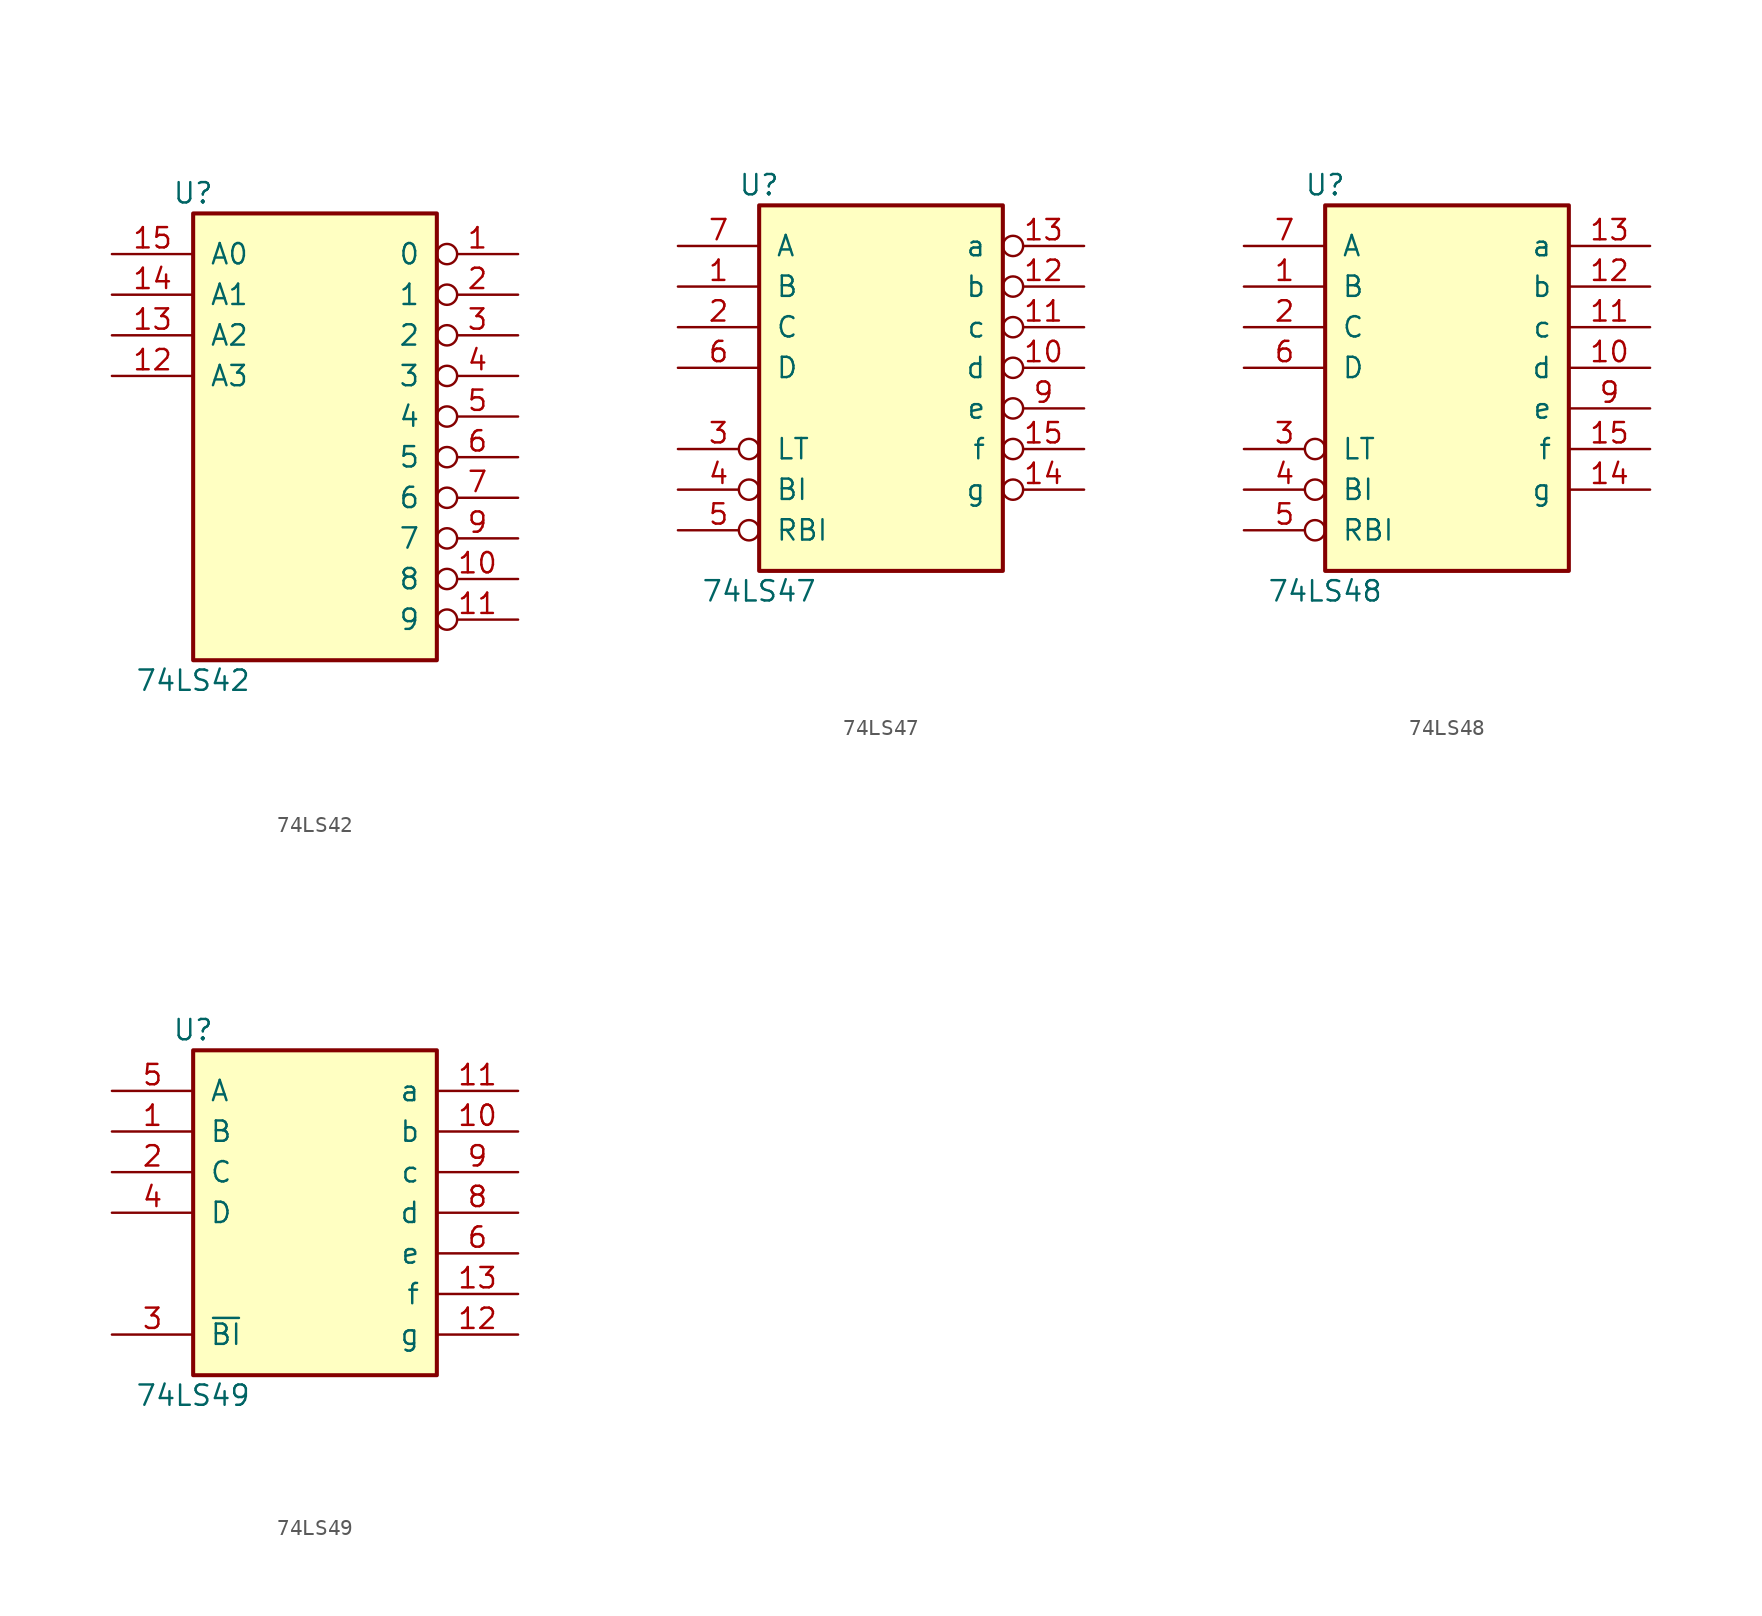
<source format=kicad_sym>
(kicad_symbol_lib
  (version 20211014)
  (generator kicad_symbol_editor)
  (symbol "74LS42"
    (pin_names
      (offset 1.016))
    (property "Reference" "U"
      (at -7.62 13.97 0)
      (effects (font (size 1.27 1.27))))
    (property "Value" "74LS42"
      (at -7.62 -16.51 0)
      (effects (font (size 1.27 1.27))))
    (property "ki_locked" ""
      (at 0 0 0)
      (effects (font (size 1.27 1.27))))
    (symbol "74LS42_1_0"
      (pin output inverted (at 12.7 10.16 180) (length 5.08) (name "0" (effects (font (size 1.27 1.27)))) (number "1" (effects (font (size 1.27 1.27)))))
      (pin output inverted (at 12.7 -10.16 180) (length 5.08) (name "8" (effects (font (size 1.27 1.27)))) (number "10" (effects (font (size 1.27 1.27)))))
      (pin output inverted (at 12.7 -12.7 180) (length 5.08) (name "9" (effects (font (size 1.27 1.27)))) (number "11" (effects (font (size 1.27 1.27)))))
      (pin input line (at -12.7 2.54 0) (length 5.08) (name "A3" (effects (font (size 1.27 1.27)))) (number "12" (effects (font (size 1.27 1.27)))))
      (pin input line (at -12.7 5.08 0) (length 5.08) (name "A2" (effects (font (size 1.27 1.27)))) (number "13" (effects (font (size 1.27 1.27)))))
      (pin input line (at -12.7 7.62 0) (length 5.08) (name "A1" (effects (font (size 1.27 1.27)))) (number "14" (effects (font (size 1.27 1.27)))))
      (pin input line (at -12.7 10.16 0) (length 5.08) (name "A0" (effects (font (size 1.27 1.27)))) (number "15" (effects (font (size 1.27 1.27)))))
      (pin input line (at 0 17.78 270) (length 5.08) hide (name "VCC" (effects (font (size 1.27 1.27)))) (number "16" (effects (font (size 1.27 1.27)))))
      (pin output inverted (at 12.7 7.62 180) (length 5.08) (name "1" (effects (font (size 1.27 1.27)))) (number "2" (effects (font (size 1.27 1.27)))))
      (pin output inverted (at 12.7 5.08 180) (length 5.08) (name "2" (effects (font (size 1.27 1.27)))) (number "3" (effects (font (size 1.27 1.27)))))
      (pin output inverted (at 12.7 2.54 180) (length 5.08) (name "3" (effects (font (size 1.27 1.27)))) (number "4" (effects (font (size 1.27 1.27)))))
      (pin output inverted (at 12.7 0 180) (length 5.08) (name "4" (effects (font (size 1.27 1.27)))) (number "5" (effects (font (size 1.27 1.27)))))
      (pin output inverted (at 12.7 -2.54 180) (length 5.08) (name "5" (effects (font (size 1.27 1.27)))) (number "6" (effects (font (size 1.27 1.27)))))
      (pin output inverted (at 12.7 -5.08 180) (length 5.08) (name "6" (effects (font (size 1.27 1.27)))) (number "7" (effects (font (size 1.27 1.27)))))
      (pin input line (at 0 -20.32 90) (length 5.08) hide (name "GND" (effects (font (size 1.27 1.27)))) (number "8" (effects (font (size 1.27 1.27)))))
      (pin output inverted (at 12.7 -7.62 180) (length 5.08) (name "7" (effects (font (size 1.27 1.27)))) (number "9" (effects (font (size 1.27 1.27))))))
    (symbol "74LS42_1_1"
      (rectangle (start -7.62 12.7) (end 7.62 -15.24) (stroke (width 0.254) (type default) (color 0 0 0 0)) (fill (type background)))))
  (symbol "74LS47"
    (pin_names
      (offset 1.016))
    (property "Reference" "U"
      (at -7.62 11.43 0)
      (effects (font (size 1.27 1.27))))
    (property "Value" "74LS47"
      (at -7.62 -13.97 0)
      (effects (font (size 1.27 1.27))))
    (property "ki_locked" ""
      (at 0 0 0)
      (effects (font (size 1.27 1.27))))
    (symbol "74LS47_1_0"
      (pin input line (at -12.7 5.08 0) (length 5.08) (name "B" (effects (font (size 1.27 1.27)))) (number "1" (effects (font (size 1.27 1.27)))))
      (pin open_collector inverted (at 12.7 0 180) (length 5.08) (name "d" (effects (font (size 1.27 1.27)))) (number "10" (effects (font (size 1.27 1.27)))))
      (pin open_collector inverted (at 12.7 2.54 180) (length 5.08) (name "c" (effects (font (size 1.27 1.27)))) (number "11" (effects (font (size 1.27 1.27)))))
      (pin open_collector inverted (at 12.7 5.08 180) (length 5.08) (name "b" (effects (font (size 1.27 1.27)))) (number "12" (effects (font (size 1.27 1.27)))))
      (pin open_collector inverted (at 12.7 7.62 180) (length 5.08) (name "a" (effects (font (size 1.27 1.27)))) (number "13" (effects (font (size 1.27 1.27)))))
      (pin open_collector inverted (at 12.7 -7.62 180) (length 5.08) (name "g" (effects (font (size 1.27 1.27)))) (number "14" (effects (font (size 1.27 1.27)))))
      (pin open_collector inverted (at 12.7 -5.08 180) (length 5.08) (name "f" (effects (font (size 1.27 1.27)))) (number "15" (effects (font (size 1.27 1.27)))))
      (pin input line (at 0 15.24 270) (length 5.08) hide (name "VCC" (effects (font (size 1.27 1.27)))) (number "16" (effects (font (size 1.27 1.27)))))
      (pin input line (at -12.7 2.54 0) (length 5.08) (name "C" (effects (font (size 1.27 1.27)))) (number "2" (effects (font (size 1.27 1.27)))))
      (pin input inverted (at -12.7 -5.08 0) (length 5.08) (name "LT" (effects (font (size 1.27 1.27)))) (number "3" (effects (font (size 1.27 1.27)))))
      (pin input inverted (at -12.7 -7.62 0) (length 5.08) (name "BI" (effects (font (size 1.27 1.27)))) (number "4" (effects (font (size 1.27 1.27)))))
      (pin input inverted (at -12.7 -10.16 0) (length 5.08) (name "RBI" (effects (font (size 1.27 1.27)))) (number "5" (effects (font (size 1.27 1.27)))))
      (pin input line (at -12.7 0 0) (length 5.08) (name "D" (effects (font (size 1.27 1.27)))) (number "6" (effects (font (size 1.27 1.27)))))
      (pin input line (at -12.7 7.62 0) (length 5.08) (name "A" (effects (font (size 1.27 1.27)))) (number "7" (effects (font (size 1.27 1.27)))))
      (pin input line (at 0 -17.78 90) (length 5.08) hide (name "GND" (effects (font (size 1.27 1.27)))) (number "8" (effects (font (size 1.27 1.27)))))
      (pin open_collector inverted (at 12.7 -2.54 180) (length 5.08) (name "e" (effects (font (size 1.27 1.27)))) (number "9" (effects (font (size 1.27 1.27))))))
    (symbol "74LS47_1_1"
      (rectangle (start -7.62 10.16) (end 7.62 -12.7) (stroke (width 0.254) (type default) (color 0 0 0 0)) (fill (type background)))))
  (symbol "74LS48"
    (pin_names
      (offset 1.016))
    (property "Reference" "U"
      (at -7.62 11.43 0)
      (effects (font (size 1.27 1.27))))
    (property "Value" "74LS48"
      (at -7.62 -13.97 0)
      (effects (font (size 1.27 1.27))))
    (property "ki_locked" ""
      (at 0 0 0)
      (effects (font (size 1.27 1.27))))
    (symbol "74LS48_1_0"
      (pin input line (at -12.7 5.08 0) (length 5.08) (name "B" (effects (font (size 1.27 1.27)))) (number "1" (effects (font (size 1.27 1.27)))))
      (pin open_collector line (at 12.7 0 180) (length 5.08) (name "d" (effects (font (size 1.27 1.27)))) (number "10" (effects (font (size 1.27 1.27)))))
      (pin open_collector line (at 12.7 2.54 180) (length 5.08) (name "c" (effects (font (size 1.27 1.27)))) (number "11" (effects (font (size 1.27 1.27)))))
      (pin open_collector line (at 12.7 5.08 180) (length 5.08) (name "b" (effects (font (size 1.27 1.27)))) (number "12" (effects (font (size 1.27 1.27)))))
      (pin open_collector line (at 12.7 7.62 180) (length 5.08) (name "a" (effects (font (size 1.27 1.27)))) (number "13" (effects (font (size 1.27 1.27)))))
      (pin open_collector line (at 12.7 -7.62 180) (length 5.08) (name "g" (effects (font (size 1.27 1.27)))) (number "14" (effects (font (size 1.27 1.27)))))
      (pin open_collector line (at 12.7 -5.08 180) (length 5.08) (name "f" (effects (font (size 1.27 1.27)))) (number "15" (effects (font (size 1.27 1.27)))))
      (pin input line (at 0 15.24 270) (length 5.08) hide (name "VCC" (effects (font (size 1.27 1.27)))) (number "16" (effects (font (size 1.27 1.27)))))
      (pin input line (at -12.7 2.54 0) (length 5.08) (name "C" (effects (font (size 1.27 1.27)))) (number "2" (effects (font (size 1.27 1.27)))))
      (pin input inverted (at -12.7 -5.08 0) (length 5.08) (name "LT" (effects (font (size 1.27 1.27)))) (number "3" (effects (font (size 1.27 1.27)))))
      (pin input inverted (at -12.7 -7.62 0) (length 5.08) (name "BI" (effects (font (size 1.27 1.27)))) (number "4" (effects (font (size 1.27 1.27)))))
      (pin input inverted (at -12.7 -10.16 0) (length 5.08) (name "RBI" (effects (font (size 1.27 1.27)))) (number "5" (effects (font (size 1.27 1.27)))))
      (pin input line (at -12.7 0 0) (length 5.08) (name "D" (effects (font (size 1.27 1.27)))) (number "6" (effects (font (size 1.27 1.27)))))
      (pin input line (at -12.7 7.62 0) (length 5.08) (name "A" (effects (font (size 1.27 1.27)))) (number "7" (effects (font (size 1.27 1.27)))))
      (pin input line (at 0 -17.78 90) (length 5.08) hide (name "GND" (effects (font (size 1.27 1.27)))) (number "8" (effects (font (size 1.27 1.27)))))
      (pin open_collector line (at 12.7 -2.54 180) (length 5.08) (name "e" (effects (font (size 1.27 1.27)))) (number "9" (effects (font (size 1.27 1.27))))))
    (symbol "74LS48_1_1"
      (rectangle (start -7.62 10.16) (end 7.62 -12.7) (stroke (width 0.254) (type default) (color 0 0 0 0)) (fill (type background)))))
  (symbol "74LS49"
    (pin_names
      (offset 1.016))
    (property "Reference" "U"
      (at -7.62 11.43 0)
      (effects (font (size 1.27 1.27))))
    (property "Value" "74LS49"
      (at -7.62 -11.43 0)
      (effects (font (size 1.27 1.27))))
    (property "ki_locked" ""
      (at 0 0 0)
      (effects (font (size 1.27 1.27))))
    (symbol "74LS49_1_0"
      (pin input line (at -12.7 5.08 0) (length 5.08) (name "B" (effects (font (size 1.27 1.27)))) (number "1" (effects (font (size 1.27 1.27)))))
      (pin open_collector line (at 12.7 5.08 180) (length 5.08) (name "b" (effects (font (size 1.27 1.27)))) (number "10" (effects (font (size 1.27 1.27)))))
      (pin open_collector line (at 12.7 7.62 180) (length 5.08) (name "a" (effects (font (size 1.27 1.27)))) (number "11" (effects (font (size 1.27 1.27)))))
      (pin open_collector line (at 12.7 -7.62 180) (length 5.08) (name "g" (effects (font (size 1.27 1.27)))) (number "12" (effects (font (size 1.27 1.27)))))
      (pin open_collector line (at 12.7 -5.08 180) (length 5.08) (name "f" (effects (font (size 1.27 1.27)))) (number "13" (effects (font (size 1.27 1.27)))))
      (pin input line (at 0 15.24 270) (length 5.08) hide (name "VCC" (effects (font (size 1.27 1.27)))) (number "14" (effects (font (size 1.27 1.27)))))
      (pin input line (at -12.7 2.54 0) (length 5.08) (name "C" (effects (font (size 1.27 1.27)))) (number "2" (effects (font (size 1.27 1.27)))))
      (pin input line (at -12.7 -7.62 0) (length 5.08) (name "~{BI}" (effects (font (size 1.27 1.27)))) (number "3" (effects (font (size 1.27 1.27)))))
      (pin input line (at -12.7 0 0) (length 5.08) (name "D" (effects (font (size 1.27 1.27)))) (number "4" (effects (font (size 1.27 1.27)))))
      (pin input line (at -12.7 7.62 0) (length 5.08) (name "A" (effects (font (size 1.27 1.27)))) (number "5" (effects (font (size 1.27 1.27)))))
      (pin open_collector line (at 12.7 -2.54 180) (length 5.08) (name "e" (effects (font (size 1.27 1.27)))) (number "6" (effects (font (size 1.27 1.27)))))
      (pin input line (at 0 -15.24 90) (length 5.08) hide (name "GND" (effects (font (size 1.27 1.27)))) (number "7" (effects (font (size 1.27 1.27)))))
      (pin open_collector line (at 12.7 0 180) (length 5.08) (name "d" (effects (font (size 1.27 1.27)))) (number "8" (effects (font (size 1.27 1.27)))))
      (pin open_collector line (at 12.7 2.54 180) (length 5.08) (name "c" (effects (font (size 1.27 1.27)))) (number "9" (effects (font (size 1.27 1.27))))))
    (symbol "74LS49_1_1"
      (rectangle (start -7.62 10.16) (end 7.62 -10.16) (stroke (width 0.254) (type default) (color 0 0 0 0)) (fill (type background))))))
</source>
